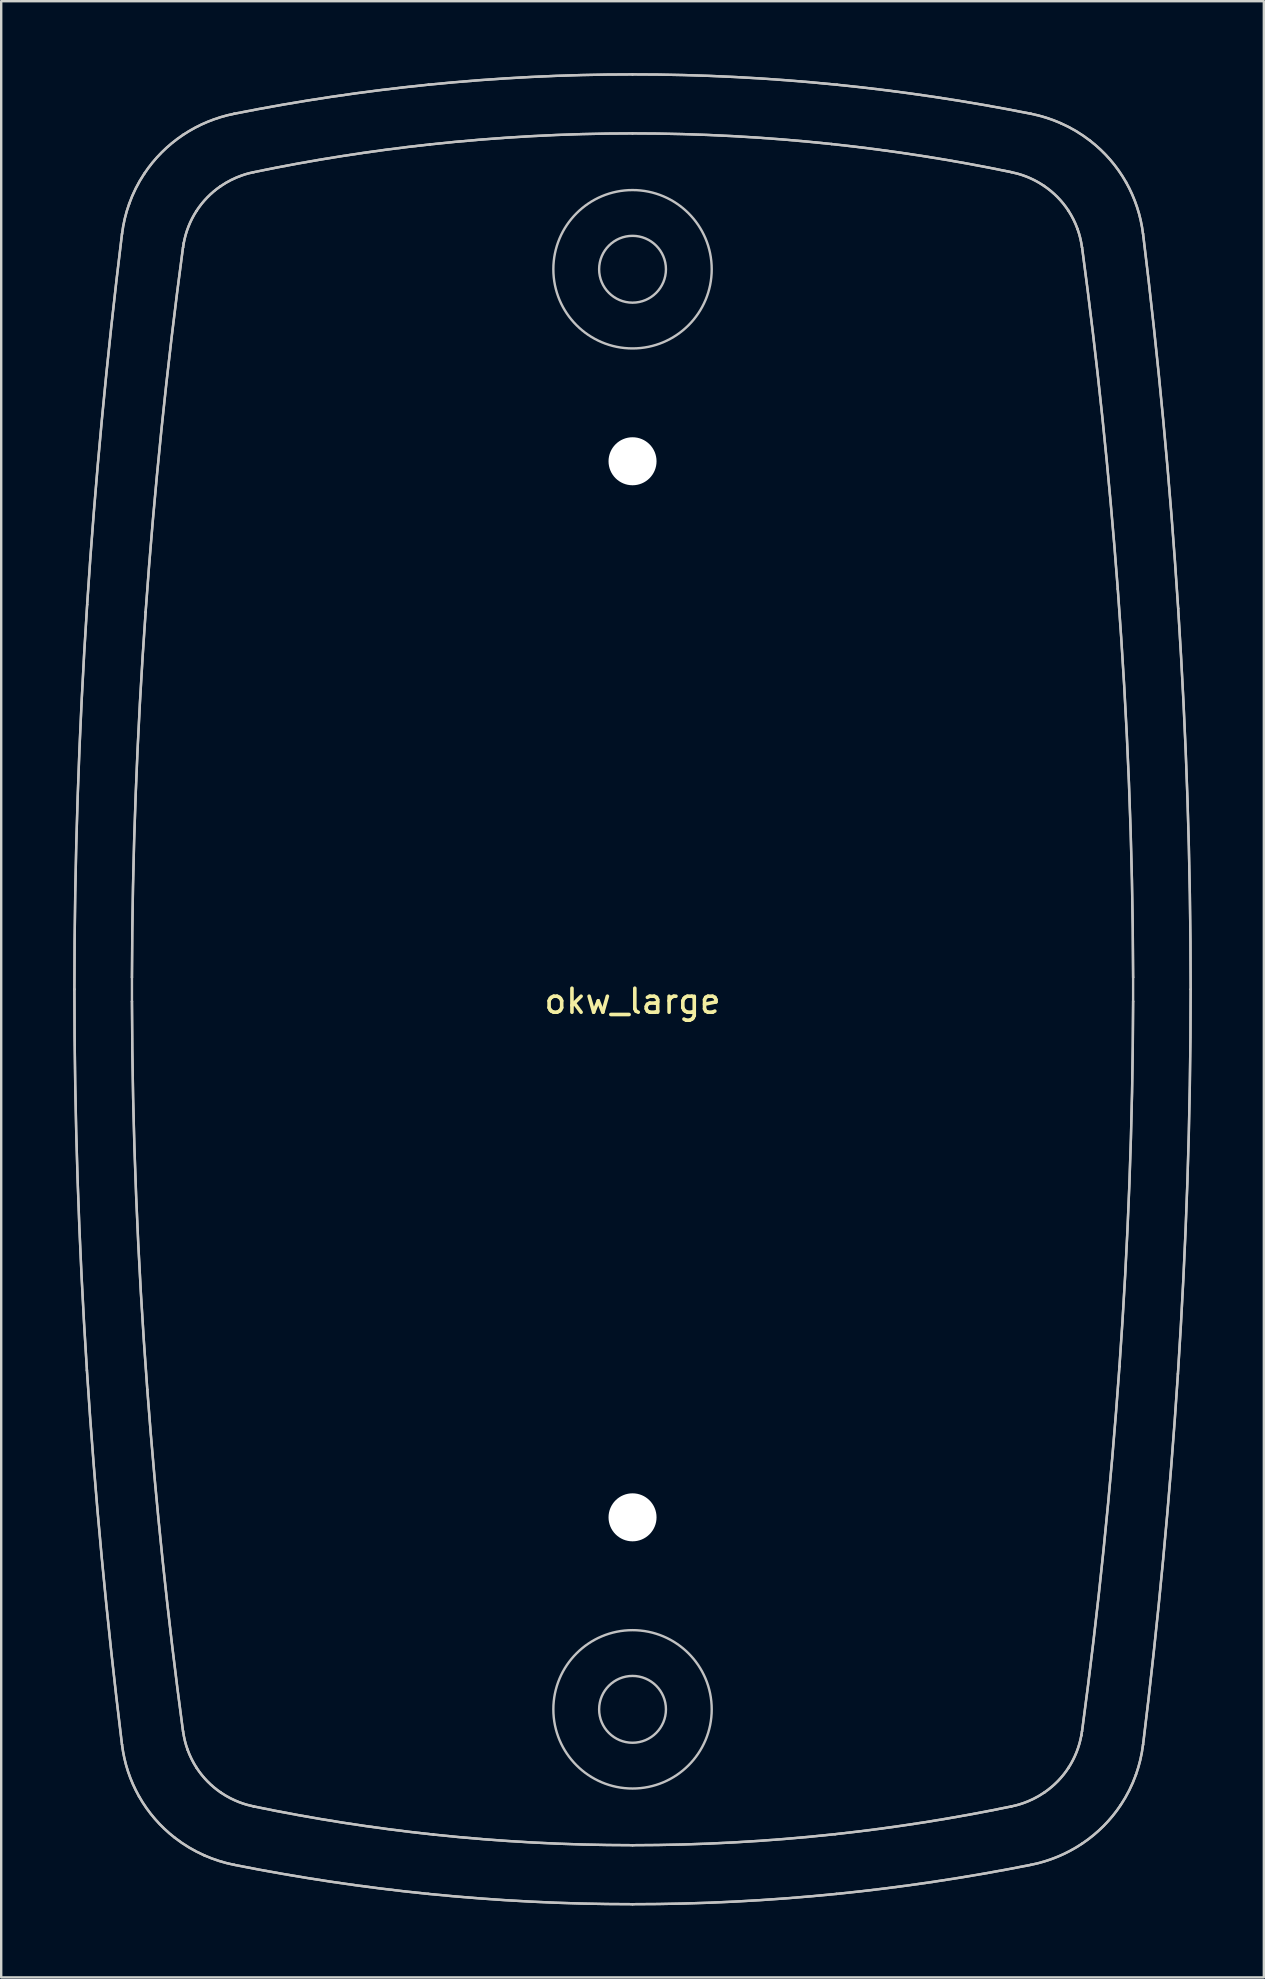
<source format=kicad_pcb>
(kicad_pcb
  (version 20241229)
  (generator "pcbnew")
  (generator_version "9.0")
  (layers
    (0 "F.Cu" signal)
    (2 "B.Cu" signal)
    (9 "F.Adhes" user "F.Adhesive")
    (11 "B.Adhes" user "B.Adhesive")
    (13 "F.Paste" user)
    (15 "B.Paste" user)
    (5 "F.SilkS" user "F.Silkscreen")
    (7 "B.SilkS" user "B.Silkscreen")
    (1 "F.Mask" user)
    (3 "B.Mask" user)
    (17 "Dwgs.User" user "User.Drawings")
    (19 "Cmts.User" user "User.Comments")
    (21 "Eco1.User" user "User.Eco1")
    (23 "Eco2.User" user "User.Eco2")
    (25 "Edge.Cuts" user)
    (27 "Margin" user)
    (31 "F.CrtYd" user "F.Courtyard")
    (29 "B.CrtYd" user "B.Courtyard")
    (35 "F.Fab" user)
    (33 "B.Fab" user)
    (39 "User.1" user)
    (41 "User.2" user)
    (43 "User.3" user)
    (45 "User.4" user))
  (footprint "okw_large"
    (layer "F.Cu")
    (at 23.304 38.168)
    (property "Reference" "okw_large" (at 0 0.5 0) (layer "F.SilkS") (effects (font (size 1 1) (thickness 0.15))))
    (attr through_hole)
    (fp_line (start -20.856 -0.5) (end -20.856 0.5) (stroke (width 0.1) (type solid)) (layer "Dwgs.User"))
    (fp_line (start 20.856 -0.5) (end 20.856 0.5) (stroke (width 0.1) (type solid)) (layer "Dwgs.User"))
    (fp_arc (start -0.400001 -21.282098) (mid 0.000001 -22.821818) (end 0.399999 -21.282097) (stroke (width 0.1) (type solid)) (layer "Dwgs.User"))
    (fp_arc (start 0.400001 -21.282098) (mid 0.000001 -21.178182) (end -0.399999 -21.282097) (stroke (width 0.1) (type solid)) (layer "Dwgs.User"))
    (fp_circle (center 0 -30) (end 1.392 -30) (stroke (width 0.1) (type solid)) (fill no) (layer "Dwgs.User"))
    (fp_circle (center 0 -30) (end 3.299 -30) (stroke (width 0.1) (type solid)) (fill no) (layer "Dwgs.User"))
    (fp_circle (center 0 22) (end 0.822 22) (stroke (width 0.1) (type solid)) (fill no) (layer "Dwgs.User"))
    (fp_circle (center 0 30) (end 1.392 30) (stroke (width 0.1) (type solid)) (fill no) (layer "Dwgs.User"))
    (fp_circle (center 0 30) (end 3.299 30) (stroke (width 0.1) (type solid)) (fill no) (layer "Dwgs.User"))
    (fp_curve (pts (xy -23.254 0) (xy -23.253 -5.337) (xy -23.069 -10.696) (xy -22.723 -16.026)) (stroke (width 0.1) (type solid)) (layer "Dwgs.User"))
    (fp_curve (pts (xy -23.254 0) (xy -23.253 -5.337) (xy -23.069 -10.696) (xy -22.723 -16.026)) (stroke (width 0.1) (type solid)) (layer "Dwgs.User"))
    (fp_curve (pts (xy -22.733 15.868) (xy -23.073 10.59) (xy -23.253 5.285) (xy -23.254 0)) (stroke (width 0.1) (type solid)) (layer "Dwgs.User"))
    (fp_curve (pts (xy -22.733 15.868) (xy -23.073 10.59) (xy -23.253 5.285) (xy -23.254 0)) (stroke (width 0.1) (type solid)) (layer "Dwgs.User"))
    (fp_curve (pts (xy -22.723 -16.026) (xy -22.388 -21.184) (xy -21.899 -26.347) (xy -21.271 -31.474)) (stroke (width 0.1) (type solid)) (layer "Dwgs.User"))
    (fp_curve (pts (xy -22.723 -16.026) (xy -22.388 -21.184) (xy -21.899 -26.347) (xy -21.271 -31.474)) (stroke (width 0.1) (type solid)) (layer "Dwgs.User"))
    (fp_curve (pts (xy -21.271 31.473) (xy -21.905 26.294) (xy -22.398 21.079) (xy -22.733 15.868)) (stroke (width 0.1) (type solid)) (layer "Dwgs.User"))
    (fp_curve (pts (xy -21.271 31.473) (xy -21.905 26.294) (xy -22.398 21.079) (xy -22.733 15.868)) (stroke (width 0.1) (type solid)) (layer "Dwgs.User"))
    (fp_curve (pts (xy -20.974 -32.722) (xy -21.118 -32.318) (xy -21.217 -31.9) (xy -21.269 -31.473)) (stroke (width 0.1) (type solid)) (layer "Dwgs.User"))
    (fp_curve (pts (xy -20.974 -32.722) (xy -21.118 -32.318) (xy -21.217 -31.9) (xy -21.269 -31.473)) (stroke (width 0.1) (type solid)) (layer "Dwgs.User"))
    (fp_curve (pts (xy -20.856 0.5) (xy -20.843 5.884) (xy -20.619 11.308) (xy -20.217 16.678)) (stroke (width 0.1) (type solid)) (layer "Dwgs.User"))
    (fp_curve (pts (xy -20.856 0.5) (xy -20.843 5.884) (xy -20.619 11.308) (xy -20.217 16.678)) (stroke (width 0.1) (type solid)) (layer "Dwgs.User"))
    (fp_curve (pts (xy -20.562 33.625) (xy -20.937 32.961) (xy -21.177 32.23) (xy -21.269 31.473)) (stroke (width 0.1) (type solid)) (layer "Dwgs.User"))
    (fp_curve (pts (xy -20.562 33.625) (xy -20.937 32.961) (xy -21.177 32.23) (xy -21.269 31.473)) (stroke (width 0.1) (type solid)) (layer "Dwgs.User"))
    (fp_curve (pts (xy -20.345 -33.978) (xy -20.605 -33.587) (xy -20.816 -33.165) (xy -20.974 -32.722)) (stroke (width 0.1) (type solid)) (layer "Dwgs.User"))
    (fp_curve (pts (xy -20.345 -33.978) (xy -20.605 -33.587) (xy -20.816 -33.165) (xy -20.974 -32.722)) (stroke (width 0.1) (type solid)) (layer "Dwgs.User"))
    (fp_curve (pts (xy -20.287 -15.716) (xy -20.645 -10.663) (xy -20.843 -5.565) (xy -20.856 -0.5)) (stroke (width 0.1) (type solid)) (layer "Dwgs.User"))
    (fp_curve (pts (xy -20.287 -15.716) (xy -20.645 -10.663) (xy -20.843 -5.565) (xy -20.856 -0.5)) (stroke (width 0.1) (type solid)) (layer "Dwgs.User"))
    (fp_curve (pts (xy -20.217 16.678) (xy -19.861 21.433) (xy -19.359 26.226) (xy -18.729 30.912)) (stroke (width 0.1) (type solid)) (layer "Dwgs.User"))
    (fp_curve (pts (xy -20.217 16.678) (xy -19.861 21.433) (xy -19.359 26.226) (xy -18.729 30.912)) (stroke (width 0.1) (type solid)) (layer "Dwgs.User"))
    (fp_curve (pts (xy -19.067 35.353) (xy -19.675 34.882) (xy -20.183 34.295) (xy -20.562 33.625)) (stroke (width 0.1) (type solid)) (layer "Dwgs.User"))
    (fp_curve (pts (xy -19.067 35.353) (xy -19.675 34.882) (xy -20.183 34.295) (xy -20.562 33.625)) (stroke (width 0.1) (type solid)) (layer "Dwgs.User"))
    (fp_curve (pts (xy -18.729 -30.912) (xy -19.401 -25.914) (xy -19.927 -20.795) (xy -20.287 -15.716)) (stroke (width 0.1) (type solid)) (layer "Dwgs.User"))
    (fp_curve (pts (xy -18.729 -30.912) (xy -19.401 -25.914) (xy -19.927 -20.795) (xy -20.287 -15.716)) (stroke (width 0.1) (type solid)) (layer "Dwgs.User"))
    (fp_curve (pts (xy -18.727 -35.598) (xy -19.369 -35.17) (xy -19.919 -34.62) (xy -20.345 -33.978)) (stroke (width 0.1) (type solid)) (layer "Dwgs.User"))
    (fp_curve (pts (xy -18.727 -35.598) (xy -19.369 -35.17) (xy -19.919 -34.62) (xy -20.345 -33.978)) (stroke (width 0.1) (type solid)) (layer "Dwgs.User"))
    (fp_curve (pts (xy -18.726 -30.912) (xy -18.721 -30.949) (xy -18.713 -31.006) (xy -18.698 -31.089)) (stroke (width 0.1) (type solid)) (layer "Dwgs.User"))
    (fp_curve (pts (xy -18.726 -30.912) (xy -18.721 -30.949) (xy -18.713 -31.006) (xy -18.698 -31.089)) (stroke (width 0.1) (type solid)) (layer "Dwgs.User"))
    (fp_curve (pts (xy -18.698 -31.089) (xy -18.611 -31.566) (xy -18.432 -32.02) (xy -18.168 -32.428)) (stroke (width 0.1) (type solid)) (layer "Dwgs.User"))
    (fp_curve (pts (xy -18.698 -31.089) (xy -18.611 -31.566) (xy -18.432 -32.02) (xy -18.168 -32.428)) (stroke (width 0.1) (type solid)) (layer "Dwgs.User"))
    (fp_curve (pts (xy -18.54 31.677) (xy -18.629 31.429) (xy -18.691 31.172) (xy -18.726 30.912)) (stroke (width 0.1) (type solid)) (layer "Dwgs.User"))
    (fp_curve (pts (xy -18.54 31.677) (xy -18.629 31.429) (xy -18.691 31.172) (xy -18.726 30.912)) (stroke (width 0.1) (type solid)) (layer "Dwgs.User"))
    (fp_curve (pts (xy -18.168 -32.428) (xy -17.905 -32.835) (xy -17.565 -33.183) (xy -17.167 -33.457)) (stroke (width 0.1) (type solid)) (layer "Dwgs.User"))
    (fp_curve (pts (xy -18.168 -32.428) (xy -17.905 -32.835) (xy -17.565 -33.183) (xy -17.167 -33.457)) (stroke (width 0.1) (type solid)) (layer "Dwgs.User"))
    (fp_curve (pts (xy -18.161 32.44) (xy -18.316 32.201) (xy -18.443 31.946) (xy -18.54 31.677)) (stroke (width 0.1) (type solid)) (layer "Dwgs.User"))
    (fp_curve (pts (xy -18.161 32.44) (xy -18.316 32.201) (xy -18.443 31.946) (xy -18.54 31.677)) (stroke (width 0.1) (type solid)) (layer "Dwgs.User"))
    (fp_curve (pts (xy -17.835 36.088) (xy -18.275 35.894) (xy -18.688 35.648) (xy -19.067 35.353)) (stroke (width 0.1) (type solid)) (layer "Dwgs.User"))
    (fp_curve (pts (xy -17.835 36.088) (xy -18.275 35.894) (xy -18.688 35.648) (xy -19.067 35.353)) (stroke (width 0.1) (type solid)) (layer "Dwgs.User"))
    (fp_curve (pts (xy -17.167 -33.457) (xy -16.553 -33.88) (xy -15.979 -34.004) (xy -15.784 -34.045)) (stroke (width 0.1) (type solid)) (layer "Dwgs.User"))
    (fp_curve (pts (xy -17.167 -33.457) (xy -16.553 -33.88) (xy -15.979 -34.004) (xy -15.784 -34.045)) (stroke (width 0.1) (type solid)) (layer "Dwgs.User"))
    (fp_curve (pts (xy -17.147 33.471) (xy -17.549 33.198) (xy -17.894 32.849) (xy -18.161 32.44)) (stroke (width 0.1) (type solid)) (layer "Dwgs.User"))
    (fp_curve (pts (xy -17.147 33.471) (xy -17.549 33.198) (xy -17.894 32.849) (xy -18.161 32.44)) (stroke (width 0.1) (type solid)) (layer "Dwgs.User"))
    (fp_curve (pts (xy -16.595 -36.479) (xy -17.357 -36.327) (xy -18.081 -36.029) (xy -18.727 -35.598)) (stroke (width 0.1) (type solid)) (layer "Dwgs.User"))
    (fp_curve (pts (xy -16.595 -36.479) (xy -17.357 -36.327) (xy -18.081 -36.029) (xy -18.727 -35.598)) (stroke (width 0.1) (type solid)) (layer "Dwgs.User"))
    (fp_curve (pts (xy -16.595 36.479) (xy -17.022 36.394) (xy -17.438 36.263) (xy -17.835 36.088)) (stroke (width 0.1) (type solid)) (layer "Dwgs.User"))
    (fp_curve (pts (xy -16.595 36.479) (xy -17.022 36.394) (xy -17.438 36.263) (xy -17.835 36.088)) (stroke (width 0.1) (type solid)) (layer "Dwgs.User"))
    (fp_curve (pts (xy -16.595 36.479) (xy -13.924 37.011) (xy -11.228 37.415) (xy -8.517 37.688)) (stroke (width 0.1) (type solid)) (layer "Dwgs.User"))
    (fp_curve (pts (xy -16.595 36.479) (xy -13.924 37.011) (xy -11.228 37.415) (xy -8.517 37.688)) (stroke (width 0.1) (type solid)) (layer "Dwgs.User"))
    (fp_curve (pts (xy -15.784 -34.045) (xy -13.359 -34.548) (xy -10.902 -34.934) (xy -8.439 -35.201)) (stroke (width 0.1) (type solid)) (layer "Dwgs.User"))
    (fp_curve (pts (xy -15.784 -34.045) (xy -13.359 -34.548) (xy -10.902 -34.934) (xy -8.439 -35.201)) (stroke (width 0.1) (type solid)) (layer "Dwgs.User"))
    (fp_curve (pts (xy -15.784 34.045) (xy -16.118 33.976) (xy -16.622 33.828) (xy -17.147 33.471)) (stroke (width 0.1) (type solid)) (layer "Dwgs.User"))
    (fp_curve (pts (xy -15.784 34.045) (xy -16.118 33.976) (xy -16.622 33.828) (xy -17.147 33.471)) (stroke (width 0.1) (type solid)) (layer "Dwgs.User"))
    (fp_curve (pts (xy -8.517 37.688) (xy -5.689 37.973) (xy -2.843 38.118) (xy 0 38.118)) (stroke (width 0.1) (type solid)) (layer "Dwgs.User"))
    (fp_curve (pts (xy -8.517 37.688) (xy -5.689 37.973) (xy -2.843 38.118) (xy 0 38.118)) (stroke (width 0.1) (type solid)) (layer "Dwgs.User"))
    (fp_curve (pts (xy -8.498 -37.69) (xy -11.216 -37.416) (xy -13.918 -37.012) (xy -16.595 -36.479)) (stroke (width 0.1) (type solid)) (layer "Dwgs.User"))
    (fp_curve (pts (xy -8.498 -37.69) (xy -11.216 -37.416) (xy -13.918 -37.012) (xy -16.595 -36.479)) (stroke (width 0.1) (type solid)) (layer "Dwgs.User"))
    (fp_curve (pts (xy -8.439 -35.201) (xy -5.648 -35.504) (xy -2.817 -35.659) (xy -0.000444 -35.66)) (stroke (width 0.1) (type solid)) (layer "Dwgs.User"))
    (fp_curve (pts (xy -8.439 -35.201) (xy -5.648 -35.504) (xy -2.817 -35.659) (xy -0.000444 -35.66)) (stroke (width 0.1) (type solid)) (layer "Dwgs.User"))
    (fp_curve (pts (xy -8.295 35.217) (xy -10.814 34.948) (xy -13.315 34.558) (xy -15.784 34.045)) (stroke (width 0.1) (type solid)) (layer "Dwgs.User"))
    (fp_curve (pts (xy -8.295 35.217) (xy -10.814 34.948) (xy -13.315 34.558) (xy -15.784 34.045)) (stroke (width 0.1) (type solid)) (layer "Dwgs.User"))
    (fp_curve (pts (xy -0.000444 -35.66) (xy 2.767 -35.659) (xy 5.544 -35.51) (xy 8.295 -35.217)) (stroke (width 0.1) (type solid)) (layer "Dwgs.User"))
    (fp_curve (pts (xy -0.000444 -35.66) (xy 2.767 -35.659) (xy 5.544 -35.51) (xy 8.295 -35.217)) (stroke (width 0.1) (type solid)) (layer "Dwgs.User"))
    (fp_curve (pts (xy 0 -38.118) (xy -2.836 -38.118) (xy -5.676 -37.974) (xy -8.498 -37.69)) (stroke (width 0.1) (type solid)) (layer "Dwgs.User"))
    (fp_curve (pts (xy 0 -38.118) (xy -2.836 -38.118) (xy -5.676 -37.974) (xy -8.498 -37.69)) (stroke (width 0.1) (type solid)) (layer "Dwgs.User"))
    (fp_curve (pts (xy 0 38.118) (xy 2.836 38.118) (xy 5.676 37.974) (xy 8.498 37.69)) (stroke (width 0.1) (type solid)) (layer "Dwgs.User"))
    (fp_curve (pts (xy 0 38.118) (xy 2.836 38.118) (xy 5.676 37.974) (xy 8.498 37.69)) (stroke (width 0.1) (type solid)) (layer "Dwgs.User"))
    (fp_curve (pts (xy 0.000444 35.66) (xy -2.767 35.659) (xy -5.544 35.51) (xy -8.295 35.217)) (stroke (width 0.1) (type solid)) (layer "Dwgs.User"))
    (fp_curve (pts (xy 0.000444 35.66) (xy -2.767 35.659) (xy -5.544 35.51) (xy -8.295 35.217)) (stroke (width 0.1) (type solid)) (layer "Dwgs.User"))
    (fp_curve (pts (xy 8.295 -35.217) (xy 10.814 -34.948) (xy 13.315 -34.558) (xy 15.784 -34.045)) (stroke (width 0.1) (type solid)) (layer "Dwgs.User"))
    (fp_curve (pts (xy 8.295 -35.217) (xy 10.814 -34.948) (xy 13.315 -34.558) (xy 15.784 -34.045)) (stroke (width 0.1) (type solid)) (layer "Dwgs.User"))
    (fp_curve (pts (xy 8.439 35.201) (xy 5.648 35.504) (xy 2.817 35.659) (xy 0.000444 35.66)) (stroke (width 0.1) (type solid)) (layer "Dwgs.User"))
    (fp_curve (pts (xy 8.439 35.201) (xy 5.648 35.504) (xy 2.817 35.659) (xy 0.000444 35.66)) (stroke (width 0.1) (type solid)) (layer "Dwgs.User"))
    (fp_curve (pts (xy 8.498 37.69) (xy 11.216 37.416) (xy 13.918 37.012) (xy 16.595 36.479)) (stroke (width 0.1) (type solid)) (layer "Dwgs.User"))
    (fp_curve (pts (xy 8.498 37.69) (xy 11.216 37.416) (xy 13.918 37.012) (xy 16.595 36.479)) (stroke (width 0.1) (type solid)) (layer "Dwgs.User"))
    (fp_curve (pts (xy 8.517 -37.688) (xy 5.689 -37.973) (xy 2.843 -38.118) (xy 0 -38.118)) (stroke (width 0.1) (type solid)) (layer "Dwgs.User"))
    (fp_curve (pts (xy 8.517 -37.688) (xy 5.689 -37.973) (xy 2.843 -38.118) (xy 0 -38.118)) (stroke (width 0.1) (type solid)) (layer "Dwgs.User"))
    (fp_curve (pts (xy 15.784 -34.045) (xy 16.118 -33.976) (xy 16.622 -33.828) (xy 17.147 -33.471)) (stroke (width 0.1) (type solid)) (layer "Dwgs.User"))
    (fp_curve (pts (xy 15.784 -34.045) (xy 16.118 -33.976) (xy 16.622 -33.828) (xy 17.147 -33.471)) (stroke (width 0.1) (type solid)) (layer "Dwgs.User"))
    (fp_curve (pts (xy 15.784 34.045) (xy 13.359 34.548) (xy 10.902 34.934) (xy 8.439 35.201)) (stroke (width 0.1) (type solid)) (layer "Dwgs.User"))
    (fp_curve (pts (xy 15.784 34.045) (xy 13.359 34.548) (xy 10.902 34.934) (xy 8.439 35.201)) (stroke (width 0.1) (type solid)) (layer "Dwgs.User"))
    (fp_curve (pts (xy 16.595 -36.479) (xy 13.924 -37.011) (xy 11.228 -37.415) (xy 8.517 -37.688)) (stroke (width 0.1) (type solid)) (layer "Dwgs.User"))
    (fp_curve (pts (xy 16.595 -36.479) (xy 13.924 -37.011) (xy 11.228 -37.415) (xy 8.517 -37.688)) (stroke (width 0.1) (type solid)) (layer "Dwgs.User"))
    (fp_curve (pts (xy 16.595 -36.479) (xy 17.022 -36.394) (xy 17.438 -36.263) (xy 17.835 -36.088)) (stroke (width 0.1) (type solid)) (layer "Dwgs.User"))
    (fp_curve (pts (xy 16.595 -36.479) (xy 17.022 -36.394) (xy 17.438 -36.263) (xy 17.835 -36.088)) (stroke (width 0.1) (type solid)) (layer "Dwgs.User"))
    (fp_curve (pts (xy 16.595 36.479) (xy 17.357 36.327) (xy 18.081 36.029) (xy 18.727 35.598)) (stroke (width 0.1) (type solid)) (layer "Dwgs.User"))
    (fp_curve (pts (xy 16.595 36.479) (xy 17.357 36.327) (xy 18.081 36.029) (xy 18.727 35.598)) (stroke (width 0.1) (type solid)) (layer "Dwgs.User"))
    (fp_curve (pts (xy 17.147 -33.471) (xy 17.549 -33.198) (xy 17.894 -32.849) (xy 18.161 -32.44)) (stroke (width 0.1) (type solid)) (layer "Dwgs.User"))
    (fp_curve (pts (xy 17.147 -33.471) (xy 17.549 -33.198) (xy 17.894 -32.849) (xy 18.161 -32.44)) (stroke (width 0.1) (type solid)) (layer "Dwgs.User"))
    (fp_curve (pts (xy 17.167 33.457) (xy 16.553 33.88) (xy 15.979 34.004) (xy 15.784 34.045)) (stroke (width 0.1) (type solid)) (layer "Dwgs.User"))
    (fp_curve (pts (xy 17.167 33.457) (xy 16.553 33.88) (xy 15.979 34.004) (xy 15.784 34.045)) (stroke (width 0.1) (type solid)) (layer "Dwgs.User"))
    (fp_curve (pts (xy 17.835 -36.088) (xy 18.275 -35.894) (xy 18.688 -35.648) (xy 19.067 -35.353)) (stroke (width 0.1) (type solid)) (layer "Dwgs.User"))
    (fp_curve (pts (xy 17.835 -36.088) (xy 18.275 -35.894) (xy 18.688 -35.648) (xy 19.067 -35.353)) (stroke (width 0.1) (type solid)) (layer "Dwgs.User"))
    (fp_curve (pts (xy 18.161 -32.44) (xy 18.316 -32.201) (xy 18.443 -31.946) (xy 18.54 -31.677)) (stroke (width 0.1) (type solid)) (layer "Dwgs.User"))
    (fp_curve (pts (xy 18.161 -32.44) (xy 18.316 -32.201) (xy 18.443 -31.946) (xy 18.54 -31.677)) (stroke (width 0.1) (type solid)) (layer "Dwgs.User"))
    (fp_curve (pts (xy 18.168 32.428) (xy 17.905 32.835) (xy 17.565 33.183) (xy 17.167 33.457)) (stroke (width 0.1) (type solid)) (layer "Dwgs.User"))
    (fp_curve (pts (xy 18.168 32.428) (xy 17.905 32.835) (xy 17.565 33.183) (xy 17.167 33.457)) (stroke (width 0.1) (type solid)) (layer "Dwgs.User"))
    (fp_curve (pts (xy 18.54 -31.677) (xy 18.629 -31.429) (xy 18.691 -31.172) (xy 18.726 -30.912)) (stroke (width 0.1) (type solid)) (layer "Dwgs.User"))
    (fp_curve (pts (xy 18.54 -31.677) (xy 18.629 -31.429) (xy 18.691 -31.172) (xy 18.726 -30.912)) (stroke (width 0.1) (type solid)) (layer "Dwgs.User"))
    (fp_curve (pts (xy 18.698 31.089) (xy 18.611 31.566) (xy 18.432 32.02) (xy 18.168 32.428)) (stroke (width 0.1) (type solid)) (layer "Dwgs.User"))
    (fp_curve (pts (xy 18.698 31.089) (xy 18.611 31.566) (xy 18.432 32.02) (xy 18.168 32.428)) (stroke (width 0.1) (type solid)) (layer "Dwgs.User"))
    (fp_curve (pts (xy 18.726 30.912) (xy 18.721 30.949) (xy 18.713 31.006) (xy 18.698 31.089)) (stroke (width 0.1) (type solid)) (layer "Dwgs.User"))
    (fp_curve (pts (xy 18.726 30.912) (xy 18.721 30.949) (xy 18.713 31.006) (xy 18.698 31.089)) (stroke (width 0.1) (type solid)) (layer "Dwgs.User"))
    (fp_curve (pts (xy 18.727 35.598) (xy 19.369 35.17) (xy 19.919 34.62) (xy 20.345 33.978)) (stroke (width 0.1) (type solid)) (layer "Dwgs.User"))
    (fp_curve (pts (xy 18.727 35.598) (xy 19.369 35.17) (xy 19.919 34.62) (xy 20.345 33.978)) (stroke (width 0.1) (type solid)) (layer "Dwgs.User"))
    (fp_curve (pts (xy 18.729 30.912) (xy 19.401 25.914) (xy 19.927 20.795) (xy 20.287 15.716)) (stroke (width 0.1) (type solid)) (layer "Dwgs.User"))
    (fp_curve (pts (xy 18.729 30.912) (xy 19.401 25.914) (xy 19.927 20.795) (xy 20.287 15.716)) (stroke (width 0.1) (type solid)) (layer "Dwgs.User"))
    (fp_curve (pts (xy 19.067 -35.353) (xy 19.675 -34.882) (xy 20.183 -34.295) (xy 20.562 -33.625)) (stroke (width 0.1) (type solid)) (layer "Dwgs.User"))
    (fp_curve (pts (xy 19.067 -35.353) (xy 19.675 -34.882) (xy 20.183 -34.295) (xy 20.562 -33.625)) (stroke (width 0.1) (type solid)) (layer "Dwgs.User"))
    (fp_curve (pts (xy 20.217 -16.678) (xy 19.861 -21.433) (xy 19.359 -26.226) (xy 18.729 -30.912)) (stroke (width 0.1) (type solid)) (layer "Dwgs.User"))
    (fp_curve (pts (xy 20.217 -16.678) (xy 19.861 -21.433) (xy 19.359 -26.226) (xy 18.729 -30.912)) (stroke (width 0.1) (type solid)) (layer "Dwgs.User"))
    (fp_curve (pts (xy 20.287 15.716) (xy 20.645 10.663) (xy 20.843 5.565) (xy 20.856 0.5)) (stroke (width 0.1) (type solid)) (layer "Dwgs.User"))
    (fp_curve (pts (xy 20.287 15.716) (xy 20.645 10.663) (xy 20.843 5.565) (xy 20.856 0.5)) (stroke (width 0.1) (type solid)) (layer "Dwgs.User"))
    (fp_curve (pts (xy 20.345 33.978) (xy 20.605 33.587) (xy 20.816 33.165) (xy 20.974 32.722)) (stroke (width 0.1) (type solid)) (layer "Dwgs.User"))
    (fp_curve (pts (xy 20.345 33.978) (xy 20.605 33.587) (xy 20.816 33.165) (xy 20.974 32.722)) (stroke (width 0.1) (type solid)) (layer "Dwgs.User"))
    (fp_curve (pts (xy 20.562 -33.625) (xy 20.937 -32.961) (xy 21.177 -32.23) (xy 21.269 -31.473)) (stroke (width 0.1) (type solid)) (layer "Dwgs.User"))
    (fp_curve (pts (xy 20.562 -33.625) (xy 20.937 -32.961) (xy 21.177 -32.23) (xy 21.269 -31.473)) (stroke (width 0.1) (type solid)) (layer "Dwgs.User"))
    (fp_curve (pts (xy 20.856 -0.5) (xy 20.843 -5.884) (xy 20.619 -11.308) (xy 20.217 -16.678)) (stroke (width 0.1) (type solid)) (layer "Dwgs.User"))
    (fp_curve (pts (xy 20.856 -0.5) (xy 20.843 -5.884) (xy 20.619 -11.308) (xy 20.217 -16.678)) (stroke (width 0.1) (type solid)) (layer "Dwgs.User"))
    (fp_curve (pts (xy 20.974 32.722) (xy 21.118 32.318) (xy 21.217 31.9) (xy 21.269 31.473)) (stroke (width 0.1) (type solid)) (layer "Dwgs.User"))
    (fp_curve (pts (xy 20.974 32.722) (xy 21.118 32.318) (xy 21.217 31.9) (xy 21.269 31.473)) (stroke (width 0.1) (type solid)) (layer "Dwgs.User"))
    (fp_curve (pts (xy 21.271 -31.473) (xy 21.905 -26.294) (xy 22.398 -21.079) (xy 22.733 -15.868)) (stroke (width 0.1) (type solid)) (layer "Dwgs.User"))
    (fp_curve (pts (xy 21.271 -31.473) (xy 21.905 -26.294) (xy 22.398 -21.079) (xy 22.733 -15.868)) (stroke (width 0.1) (type solid)) (layer "Dwgs.User"))
    (fp_curve (pts (xy 22.723 16.026) (xy 22.388 21.184) (xy 21.899 26.347) (xy 21.271 31.474)) (stroke (width 0.1) (type solid)) (layer "Dwgs.User"))
    (fp_curve (pts (xy 22.723 16.026) (xy 22.388 21.184) (xy 21.899 26.347) (xy 21.271 31.474)) (stroke (width 0.1) (type solid)) (layer "Dwgs.User"))
    (fp_curve (pts (xy 22.733 -15.868) (xy 23.073 -10.59) (xy 23.253 -5.285) (xy 23.254 0)) (stroke (width 0.1) (type solid)) (layer "Dwgs.User"))
    (fp_curve (pts (xy 22.733 -15.868) (xy 23.073 -10.59) (xy 23.253 -5.285) (xy 23.254 0)) (stroke (width 0.1) (type solid)) (layer "Dwgs.User"))
    (fp_curve (pts (xy 23.254 0) (xy 23.253 5.337) (xy 23.069 10.696) (xy 22.723 16.026)) (stroke (width 0.1) (type solid)) (layer "Dwgs.User"))
    (fp_curve (pts (xy 23.254 0) (xy 23.253 5.337) (xy 23.069 10.696) (xy 22.723 16.026)) (stroke (width 0.1) (type solid)) (layer "Dwgs.User"))
    (pad "" np_thru_hole circle (at 0 -22) (size 2 2) (drill 2) (layers "*.Cu" "*.Mask"))
    (pad "" np_thru_hole circle (at 0 22) (size 2 2) (drill 2) (layers "*.Cu" "*.Mask")))
  (gr_rect
    (start -3 -3)
    (end 49.607 79.336)
    (stroke (width 0.1) (type default))
    (fill no)
    (layer "Edge.Cuts")))
</source>
